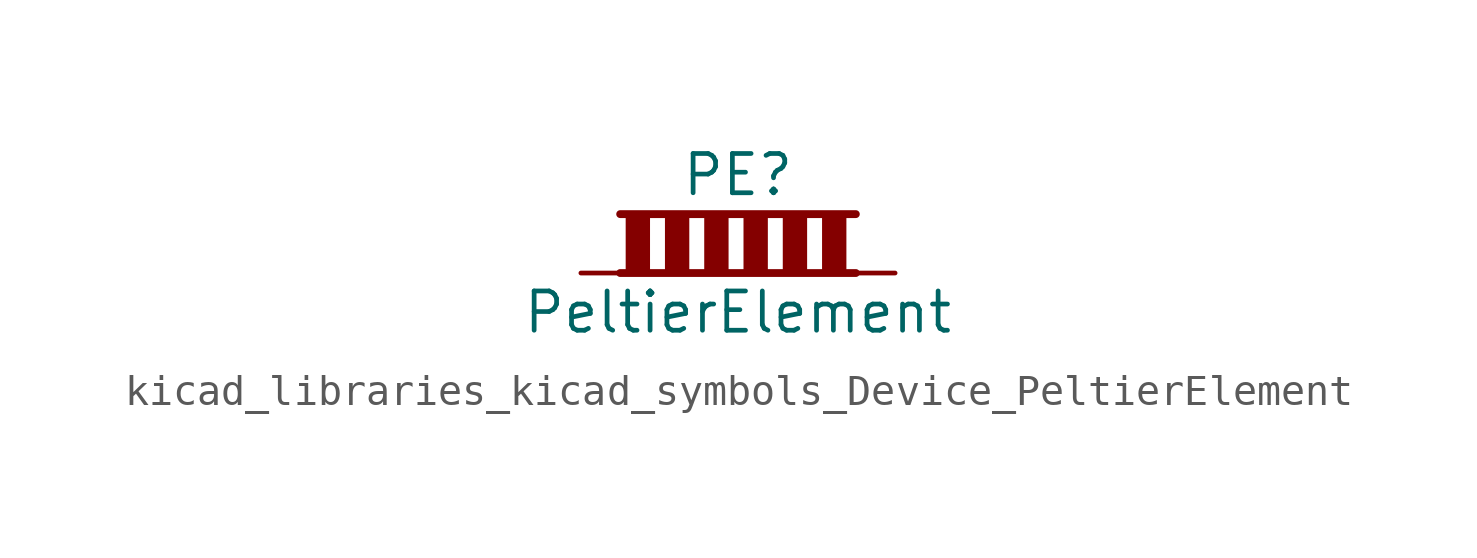
<source format=kicad_sym>
(kicad_symbol_lib
  (version 20220914)
  (generator kicad_symbol_editor)
  (symbol "kicad_libraries_kicad_symbols_Device_PeltierElement"
    (pin_numbers hide)
    (pin_names
      (offset 0))
    (property "Reference" "PE"
      (at 0 3.175 0)
      (effects (font (size 1.27 1.27))))
    (property "Value" "PeltierElement"
      (at 0 -1.27 0)
      (effects (font (size 1.27 1.27))))
    (symbol "kicad_libraries_kicad_symbols_Device_PeltierElement_0_1"
      (rectangle (start -3.556 1.905) (end -2.921 0) (stroke (width 0) (type default)) (fill (type outline)))
      (rectangle (start -2.286 1.905) (end -1.651 0) (stroke (width 0) (type default)) (fill (type outline)))
      (rectangle (start -0.381 1.905) (end -1.016 0) (stroke (width 0) (type default)) (fill (type outline)))
      (polyline (pts (xy -3.81 0) (xy 3.81 0)) (stroke (width 0.254) (type default)) (fill (type outline)))
      (polyline (pts (xy -3.81 1.905) (xy 3.81 1.905)) (stroke (width 0.254) (type default)) (fill (type none)))
      (rectangle (start 0.889 1.905) (end 0.254 0) (stroke (width 0) (type default)) (fill (type outline)))
      (rectangle (start 1.524 0) (end 2.159 1.905) (stroke (width 0) (type default)) (fill (type outline)))
      (rectangle (start 2.794 0) (end 3.429 1.905) (stroke (width 0) (type default)) (fill (type outline))))
    (symbol "kicad_libraries_kicad_symbols_Device_PeltierElement_1_1"
      (pin passive line (at -5.08 0 0) (length 1.27) (name "~" (effects (font (size 1.27 1.27)))) (number "1" (effects (font (size 1.27 1.27)))))
      (pin passive line (at 5.08 0 180) (length 1.27) (name "~" (effects (font (size 1.27 1.27)))) (number "2" (effects (font (size 1.27 1.27))))))))
</source>
